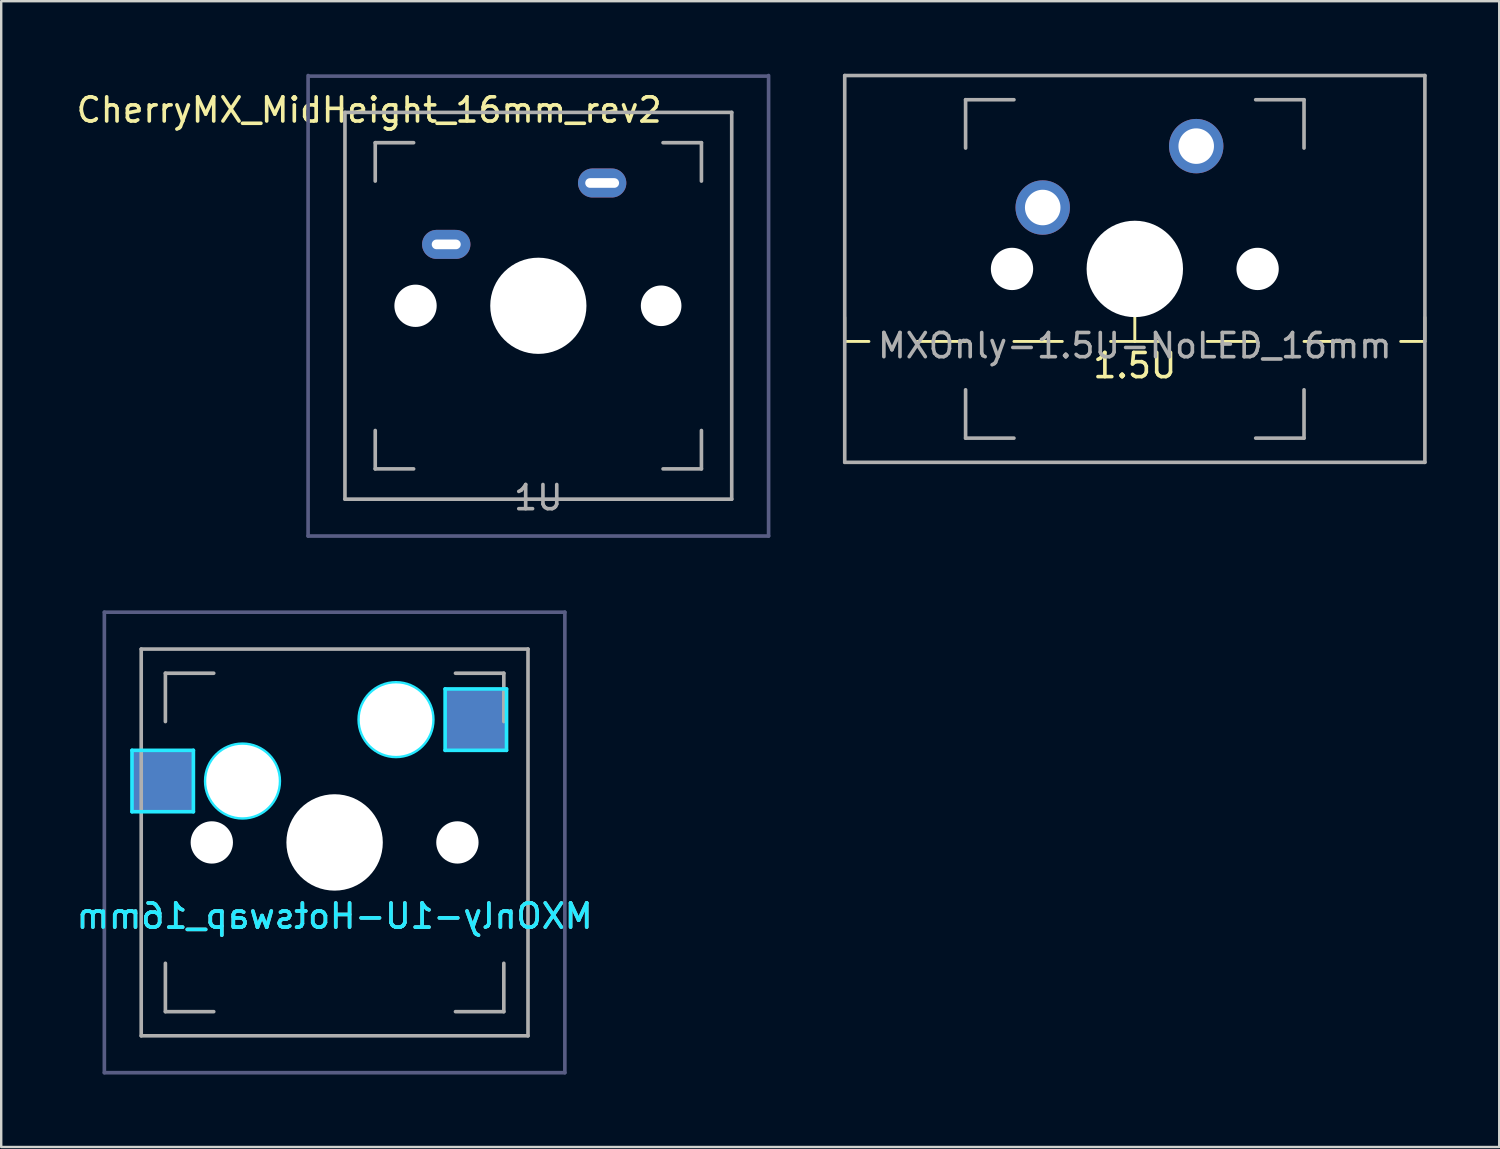
<source format=kicad_pcb>
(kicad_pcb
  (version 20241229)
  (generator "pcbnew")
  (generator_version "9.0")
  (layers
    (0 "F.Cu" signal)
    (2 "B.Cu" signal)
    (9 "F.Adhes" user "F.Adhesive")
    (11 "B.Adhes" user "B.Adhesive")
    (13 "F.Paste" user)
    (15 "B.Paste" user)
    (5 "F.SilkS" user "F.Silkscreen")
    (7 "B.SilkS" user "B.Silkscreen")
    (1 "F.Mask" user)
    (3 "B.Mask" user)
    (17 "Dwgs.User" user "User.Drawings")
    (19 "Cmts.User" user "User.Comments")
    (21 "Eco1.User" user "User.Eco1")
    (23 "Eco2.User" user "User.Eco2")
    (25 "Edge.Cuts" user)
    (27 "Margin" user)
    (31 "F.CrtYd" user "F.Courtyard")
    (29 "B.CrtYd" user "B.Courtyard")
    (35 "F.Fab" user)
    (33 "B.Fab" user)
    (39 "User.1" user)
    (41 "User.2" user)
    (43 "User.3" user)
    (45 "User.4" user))
  (footprint "MXOnly-1U-Hotswap_16mm"
    (layer "F.Cu")
    (at 10.792 31.8)
    (property "Reference" "MXOnly-1U-Hotswap_16mm" (at 0 3.048 0) (layer "B.CrtYd") (effects (font (size 1 1) (thickness 0.15)) (justify mirror)))
    (attr smd)
    (fp_line (start -8.382 -3.81) (end -8.382 -1.27) (stroke (width 0.15) (type solid)) (layer "B.CrtYd"))
    (fp_line (start -8.382 -1.27) (end -5.842 -1.27) (stroke (width 0.15) (type solid)) (layer "B.CrtYd"))
    (fp_line (start -5.842 -3.81) (end -8.382 -3.81) (stroke (width 0.15) (type solid)) (layer "B.CrtYd"))
    (fp_line (start -5.842 -1.27) (end -5.842 -3.81) (stroke (width 0.15) (type solid)) (layer "B.CrtYd"))
    (fp_line (start 4.572 -6.35) (end 7.112 -6.35) (stroke (width 0.15) (type solid)) (layer "B.CrtYd"))
    (fp_line (start 4.572 -3.81) (end 4.572 -6.35) (stroke (width 0.15) (type solid)) (layer "B.CrtYd"))
    (fp_line (start 7.112 -6.35) (end 7.112 -3.81) (stroke (width 0.15) (type solid)) (layer "B.CrtYd"))
    (fp_line (start 7.112 -3.81) (end 4.572 -3.81) (stroke (width 0.15) (type solid)) (layer "B.CrtYd"))
    (fp_circle (center -3.81 -2.54) (end -3.81 -4.064) (stroke (width 0.15) (type solid)) (fill no) (layer "B.CrtYd"))
    (fp_circle (center 2.54 -5.08) (end 2.54 -6.604) (stroke (width 0.15) (type solid)) (fill no) (layer "B.CrtYd"))
    (fp_line (start -9.525 -9.525) (end 9.525 -9.525) (stroke (width 0.15) (type solid)) (layer "B.Fab"))
    (fp_line (start -9.525 9.525) (end -9.525 -9.525) (stroke (width 0.15) (type solid)) (layer "B.Fab"))
    (fp_line (start 9.525 -9.525) (end 9.525 9.525) (stroke (width 0.15) (type solid)) (layer "B.Fab"))
    (fp_line (start 9.525 9.525) (end -9.525 9.525) (stroke (width 0.15) (type solid)) (layer "B.Fab"))
    (fp_line (start -8 8) (end -8 -8) (stroke (width 0.15) (type solid)) (layer "F.Fab"))
    (fp_line (start -7 -7) (end -7 -5) (stroke (width 0.15) (type solid)) (layer "F.Fab"))
    (fp_line (start -7 5) (end -7 7) (stroke (width 0.15) (type solid)) (layer "F.Fab"))
    (fp_line (start -7 7) (end -5 7) (stroke (width 0.15) (type solid)) (layer "F.Fab"))
    (fp_line (start -5 -7) (end -7 -7) (stroke (width 0.15) (type solid)) (layer "F.Fab"))
    (fp_line (start 5 -7) (end 7 -7) (stroke (width 0.15) (type solid)) (layer "F.Fab"))
    (fp_line (start 5 7) (end 7 7) (stroke (width 0.15) (type solid)) (layer "F.Fab"))
    (fp_line (start 7 -7) (end 7 -5) (stroke (width 0.15) (type solid)) (layer "F.Fab"))
    (fp_line (start 7 7) (end 7 5) (stroke (width 0.15) (type solid)) (layer "F.Fab"))
    (fp_line (start 8 -8) (end -8 -8) (stroke (width 0.15) (type solid)) (layer "F.Fab"))
    (fp_line (start 8 -8) (end 8 8) (stroke (width 0.15) (type solid)) (layer "F.Fab"))
    (fp_line (start 8 8) (end -8 8) (stroke (width 0.15) (type solid)) (layer "F.Fab"))
    (fp_text user "${REFERENCE}" (at 0 3.048 0) (layer "B.SilkS") (effects (font (size 1 1) (thickness 0.15)) (justify mirror)))
    (pad "" np_thru_hole circle (at -5.08 0 48.1) (size 1.75 1.75) (drill 1.75) (layers "*.Cu" "*.Mask"))
    (pad "" np_thru_hole circle (at -3.81 -2.54) (size 3 3) (drill 3) (layers "*.Cu" "*.Mask"))
    (pad "" np_thru_hole circle (at 0 0) (size 3.988 3.988) (drill 3.988) (layers "*.Cu" "*.Mask"))
    (pad "" np_thru_hole circle (at 2.54 -5.08) (size 3 3) (drill 3) (layers "*.Cu" "*.Mask"))
    (pad "" np_thru_hole circle (at 5.08 0 48.1) (size 1.75 1.75) (drill 1.75) (layers "*.Cu" "*.Mask"))
    (pad "1" smd rect (at -7.085 -2.54) (size 2.55 2.5) (layers "B.Cu" "B.Mask" "B.Paste"))
    (pad "2" smd rect (at 5.842 -5.08) (size 2.55 2.5) (layers "B.Cu" "B.Mask" "B.Paste")))
  (footprint "CherryMX_MidHeight_16mm_rev2"
    (layer "F.Cu")
    (at 19.22 9.6)
    (property "Reference" "CherryMX_MidHeight_16mm_rev2" (at -7 -8.1 180) (layer "F.SilkS") (effects (font (size 1 1) (thickness 0.15))))
    (attr through_hole)
    (fp_line (start -9.525 9.525) (end -9.525 -9.525) (stroke (width 0.15) (type solid)) (layer "B.Fab"))
    (fp_line (start -9.5 -9.5) (end 9.5 -9.5) (stroke (width 0.15) (type solid)) (layer "B.Fab"))
    (fp_line (start 9.525 -9.525) (end 9.525 9.525) (stroke (width 0.15) (type solid)) (layer "B.Fab"))
    (fp_line (start 9.525 9.525) (end -9.525 9.525) (stroke (width 0.15) (type solid)) (layer "B.Fab"))
    (fp_line (start -8 -8) (end 8 -8) (stroke (width 0.15) (type solid)) (layer "F.Fab"))
    (fp_line (start -8 8) (end -8 -8) (stroke (width 0.15) (type solid)) (layer "F.Fab"))
    (fp_line (start -6.747 -6.747) (end -5.159 -6.747) (stroke (width 0.15) (type solid)) (layer "F.Fab"))
    (fp_line (start -6.747 -5.159) (end -6.747 -6.747) (stroke (width 0.15) (type solid)) (layer "F.Fab"))
    (fp_line (start -6.747 6.747) (end -6.747 5.159) (stroke (width 0.15) (type solid)) (layer "F.Fab"))
    (fp_line (start -5.159 6.747) (end -6.747 6.747) (stroke (width 0.15) (type solid)) (layer "F.Fab"))
    (fp_line (start 5.159 -6.747) (end 6.747 -6.747) (stroke (width 0.15) (type solid)) (layer "F.Fab"))
    (fp_line (start 6.747 -6.747) (end 6.747 -5.159) (stroke (width 0.15) (type solid)) (layer "F.Fab"))
    (fp_line (start 6.747 5.159) (end 6.747 6.747) (stroke (width 0.15) (type solid)) (layer "F.Fab"))
    (fp_line (start 6.747 6.747) (end 5.159 6.747) (stroke (width 0.15) (type solid)) (layer "F.Fab"))
    (fp_line (start 8 -8) (end 8 8) (stroke (width 0.15) (type solid)) (layer "F.Fab"))
    (fp_line (start 8 8) (end -8 8) (stroke (width 0.15) (type solid)) (layer "F.Fab"))
    (fp_text user "1U" (at 0 7.938 180) (layer "F.Fab") (effects (font (size 1 1) (thickness 0.15))))
    (pad "" np_thru_hole circle (at -5.08 0 48) (size 1.75 1.75) (drill 1.75) (layers "*.Cu" "*.Mask"))
    (pad "" np_thru_hole circle (at 0 0 270) (size 3.98 3.98) (drill 3.98) (layers "*.Cu" "*.Mask"))
    (pad "" np_thru_hole circle (at 5.08 0 48) (size 1.68 1.68) (drill 1.68) (layers "*.Cu" "*.Mask"))
    (pad "1" thru_hole oval (at -3.81 -2.54) (size 2 1.2) (drill oval 1.2 0.4) (layers "*.Cu" "B.Mask"))
    (pad "2" thru_hole oval (at 2.64 -5.08) (size 2 1.2) (drill oval 1.4 0.4) (layers "*.Cu" "B.Mask")))
  (footprint "MXOnly-1.5U-NoLED_16mm"
    (layer "F.Cu")
    (at 43.895 8.075)
    (property "Reference" "MXOnly-1.5U-NoLED_16mm" (at 0 3.175 0) (layer "F.Fab") (effects (font (size 1 1) (thickness 0.15))))
    (attr through_hole)
    (fp_line (start -12 2) (end -12 3) (stroke (width 0.12) (type solid)) (layer "F.SilkS"))
    (fp_line (start -12 3) (end -11 3) (stroke (width 0.12) (type solid)) (layer "F.SilkS"))
    (fp_line (start -9 3) (end -7 3) (stroke (width 0.12) (type solid)) (layer "F.SilkS"))
    (fp_line (start -5 3) (end -3 3) (stroke (width 0.12) (type solid)) (layer "F.SilkS"))
    (fp_line (start -1 3) (end 1 3) (stroke (width 0.12) (type solid)) (layer "F.SilkS"))
    (fp_line (start 0 2) (end 0 3) (stroke (width 0.12) (type solid)) (layer "F.SilkS"))
    (fp_line (start 3 3) (end 5 3) (stroke (width 0.12) (type solid)) (layer "F.SilkS"))
    (fp_line (start 7 3) (end 9 3) (stroke (width 0.12) (type solid)) (layer "F.SilkS"))
    (fp_line (start 11 3) (end 12 3) (stroke (width 0.12) (type solid)) (layer "F.SilkS"))
    (fp_line (start 12 2) (end 12 3) (stroke (width 0.12) (type solid)) (layer "F.SilkS"))
    (fp_line (start -12 -8) (end 12 -8) (stroke (width 0.15) (type solid)) (layer "F.Fab"))
    (fp_line (start -12 8) (end -12 -8) (stroke (width 0.15) (type solid)) (layer "F.Fab"))
    (fp_line (start -7 -7) (end -7 -5) (stroke (width 0.15) (type solid)) (layer "F.Fab"))
    (fp_line (start -7 5) (end -7 7) (stroke (width 0.15) (type solid)) (layer "F.Fab"))
    (fp_line (start -7 7) (end -5 7) (stroke (width 0.15) (type solid)) (layer "F.Fab"))
    (fp_line (start -5 -7) (end -7 -7) (stroke (width 0.15) (type solid)) (layer "F.Fab"))
    (fp_line (start 5 -7) (end 7 -7) (stroke (width 0.15) (type solid)) (layer "F.Fab"))
    (fp_line (start 5 7) (end 7 7) (stroke (width 0.15) (type solid)) (layer "F.Fab"))
    (fp_line (start 7 -7) (end 7 -5) (stroke (width 0.15) (type solid)) (layer "F.Fab"))
    (fp_line (start 7 7) (end 7 5) (stroke (width 0.15) (type solid)) (layer "F.Fab"))
    (fp_line (start 12 -8) (end 12 8) (stroke (width 0.15) (type solid)) (layer "F.Fab"))
    (fp_line (start 12 8) (end -12 8) (stroke (width 0.15) (type solid)) (layer "F.Fab"))
    (fp_text user "1.5U" (at 0 4 0) (layer "F.SilkS") (effects (font (size 1 1) (thickness 0.15))))
    (pad "" np_thru_hole circle (at -5.08 0 48.1) (size 1.75 1.75) (drill 1.75) (layers "*.Cu" "*.Mask"))
    (pad "" np_thru_hole circle (at 0 0) (size 3.988 3.988) (drill 3.988) (layers "*.Cu" "*.Mask"))
    (pad "" np_thru_hole circle (at 5.08 0 48.1) (size 1.75 1.75) (drill 1.75) (layers "*.Cu" "*.Mask"))
    (pad "1" thru_hole circle (at -3.81 -2.54) (size 2.25 2.25) (drill 1.47) (layers "*.Cu" "B.Mask"))
    (pad "2" thru_hole circle (at 2.54 -5.08) (size 2.25 2.25) (drill 1.47) (layers "*.Cu" "B.Mask")))
  (gr_rect
    (start -3 -3)
    (end 58.97 44.4)
    (stroke (width 0.1) (type default))
    (fill no)
    (layer "Edge.Cuts")))
</source>
